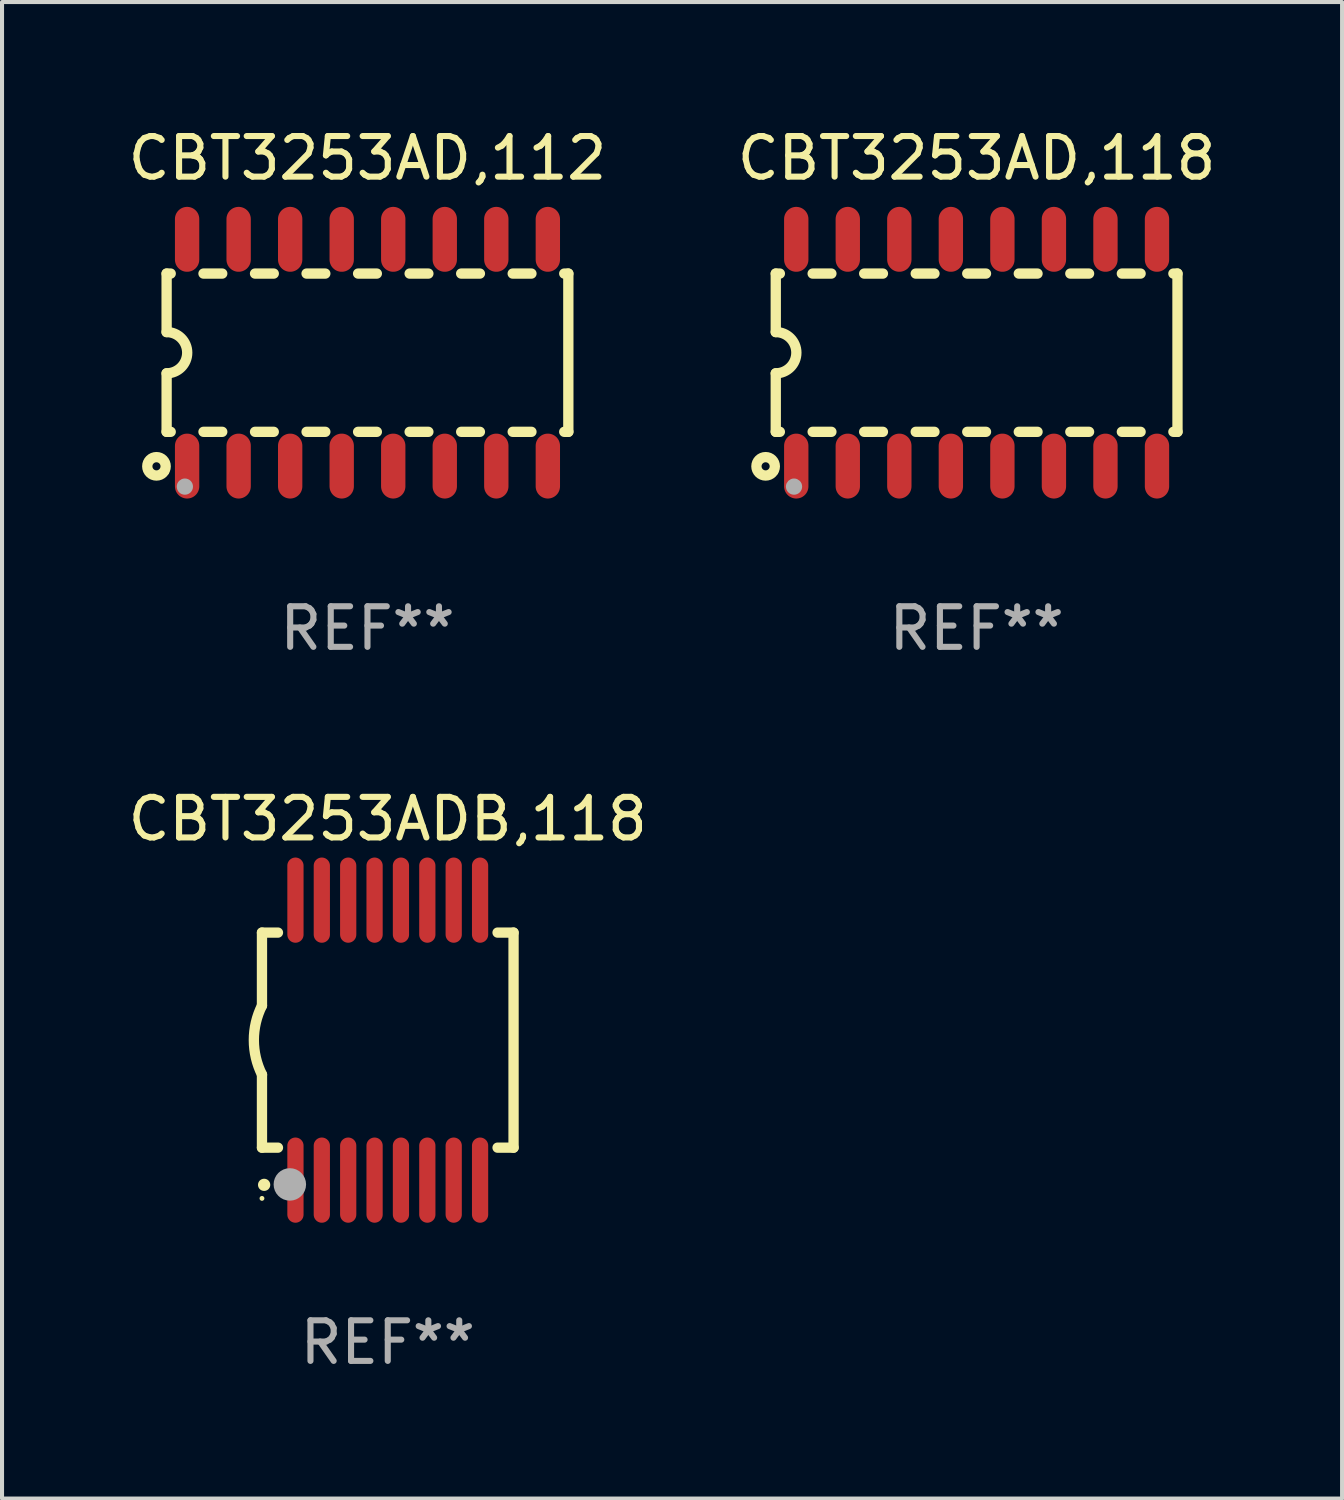
<source format=kicad_pcb>
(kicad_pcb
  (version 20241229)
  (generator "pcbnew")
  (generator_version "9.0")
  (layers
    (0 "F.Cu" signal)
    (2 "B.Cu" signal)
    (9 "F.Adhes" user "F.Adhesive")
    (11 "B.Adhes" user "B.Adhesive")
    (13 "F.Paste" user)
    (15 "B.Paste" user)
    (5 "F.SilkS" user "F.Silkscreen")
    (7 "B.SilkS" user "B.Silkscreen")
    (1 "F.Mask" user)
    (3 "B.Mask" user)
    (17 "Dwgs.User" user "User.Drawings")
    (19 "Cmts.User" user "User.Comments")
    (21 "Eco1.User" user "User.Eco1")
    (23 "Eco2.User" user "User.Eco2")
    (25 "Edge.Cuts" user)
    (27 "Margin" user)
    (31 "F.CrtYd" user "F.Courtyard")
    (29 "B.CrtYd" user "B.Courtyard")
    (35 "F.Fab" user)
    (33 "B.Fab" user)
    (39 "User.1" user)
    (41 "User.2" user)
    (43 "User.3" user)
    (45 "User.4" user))
  (footprint "CBT3253ADB,118"
    (layer "F.Cu")
    (at 6.506 22.583)
    (property "Reference" "CBT3253ADB,118" (at 0 -5.45 0) (layer "F.SilkS") (effects (font (size 1 1) (thickness 0.15))))
    (attr through_hole)
    (fp_line (start -3.1 -2.65) (end -3.1 -0.85) (stroke (width 0.254) (type solid)) (layer "F.SilkS"))
    (fp_line (start -3.1 -2.65) (end -2.706 -2.65) (stroke (width 0.254) (type solid)) (layer "F.SilkS"))
    (fp_line (start -3.1 2.65) (end -3.1 0.85) (stroke (width 0.254) (type solid)) (layer "F.SilkS"))
    (fp_line (start -3.1 2.65) (end -2.706 2.65) (stroke (width 0.254) (type solid)) (layer "F.SilkS"))
    (fp_line (start 2.706 -2.65) (end 3.1 -2.65) (stroke (width 0.254) (type solid)) (layer "F.SilkS"))
    (fp_line (start 2.706 2.65) (end 3.1 2.65) (stroke (width 0.254) (type solid)) (layer "F.SilkS"))
    (fp_line (start 3.1 -2.65) (end 3.1 2.65) (stroke (width 0.254) (type solid)) (layer "F.SilkS"))
    (fp_arc (start -3.098907 0.850902) (mid -3.300057 0.000523) (end -3.1 -0.850114) (stroke (width 0.254001) (type solid)) (layer "F.SilkS"))
    (fp_arc (start -3.048006 3.566066) (mid -3.046736 3.566061) (end -3.045466 3.566066) (stroke (width 0.3) (type solid)) (layer "F.SilkS"))
    (fp_circle (center -3.1 3.9) (end -3.07 3.9) (stroke (width 0.06) (type solid)) (fill no) (layer "F.SilkS"))
    (fp_circle (center -2.413 3.556) (end -2.213 3.556) (stroke (width 0.4) (type solid)) (fill no) (layer "F.Fab"))
    (fp_text user "REF**" (at 0 7.45 0) (layer "F.Fab") (effects (font (size 1 1) (thickness 0.15))))
    (pad "1" smd oval (at -2.275 3.45 180) (size 0.4 2.1) (layers "F.Cu" "F.Mask" "F.Paste"))
    (pad "2" smd oval (at -1.625 3.45 180) (size 0.4 2.1) (layers "F.Cu" "F.Mask" "F.Paste"))
    (pad "3" smd oval (at -0.975 3.45 180) (size 0.4 2.1) (layers "F.Cu" "F.Mask" "F.Paste"))
    (pad "4" smd oval (at -0.325 3.45 180) (size 0.4 2.1) (layers "F.Cu" "F.Mask" "F.Paste"))
    (pad "5" smd oval (at 0.325 3.45 180) (size 0.4 2.1) (layers "F.Cu" "F.Mask" "F.Paste"))
    (pad "6" smd oval (at 0.975 3.45 180) (size 0.4 2.1) (layers "F.Cu" "F.Mask" "F.Paste"))
    (pad "7" smd oval (at 1.625 3.45 180) (size 0.4 2.1) (layers "F.Cu" "F.Mask" "F.Paste"))
    (pad "8" smd oval (at 2.275 3.45 180) (size 0.4 2.1) (layers "F.Cu" "F.Mask" "F.Paste"))
    (pad "9" smd oval (at 2.275 -3.45 180) (size 0.4 2.1) (layers "F.Cu" "F.Mask" "F.Paste"))
    (pad "10" smd oval (at 1.625 -3.45 180) (size 0.4 2.1) (layers "F.Cu" "F.Mask" "F.Paste"))
    (pad "11" smd oval (at 0.975 -3.45 180) (size 0.4 2.1) (layers "F.Cu" "F.Mask" "F.Paste"))
    (pad "12" smd oval (at 0.325 -3.45 180) (size 0.4 2.1) (layers "F.Cu" "F.Mask" "F.Paste"))
    (pad "13" smd oval (at -0.325 -3.45 180) (size 0.4 2.1) (layers "F.Cu" "F.Mask" "F.Paste"))
    (pad "14" smd oval (at -0.975 -3.45 180) (size 0.4 2.1) (layers "F.Cu" "F.Mask" "F.Paste"))
    (pad "15" smd oval (at -1.625 -3.45 180) (size 0.4 2.1) (layers "F.Cu" "F.Mask" "F.Paste"))
    (pad "16" smd oval (at -2.275 -3.45 180) (size 0.4 2.1) (layers "F.Cu" "F.Mask" "F.Paste")))
  (footprint "CBT3253AD,118"
    (layer "F.Cu")
    (at 21.018 5.642)
    (property "Reference" "CBT3253AD,118" (at 0 -4.794 0) (layer "F.SilkS") (effects (font (size 1 1) (thickness 0.15))))
    (attr through_hole)
    (fp_line (start -4.95 -1.95) (end -4.95 -0.508) (stroke (width 0.254) (type solid)) (layer "F.SilkS"))
    (fp_line (start -4.95 -1.95) (end -4.849 -1.95) (stroke (width 0.254) (type solid)) (layer "F.SilkS"))
    (fp_line (start -4.95 1.95) (end -4.95 0.508) (stroke (width 0.254) (type solid)) (layer "F.SilkS"))
    (fp_line (start -4.95 1.95) (end -4.849 1.95) (stroke (width 0.254) (type solid)) (layer "F.SilkS"))
    (fp_line (start -4.041 -1.95) (end -3.579 -1.95) (stroke (width 0.254) (type solid)) (layer "F.SilkS"))
    (fp_line (start -4.041 1.95) (end -3.579 1.95) (stroke (width 0.254) (type solid)) (layer "F.SilkS"))
    (fp_line (start -2.771 -1.95) (end -2.309 -1.95) (stroke (width 0.254) (type solid)) (layer "F.SilkS"))
    (fp_line (start -2.771 1.95) (end -2.309 1.95) (stroke (width 0.254) (type solid)) (layer "F.SilkS"))
    (fp_line (start -1.501 -1.95) (end -1.039 -1.95) (stroke (width 0.254) (type solid)) (layer "F.SilkS"))
    (fp_line (start -1.501 1.95) (end -1.039 1.95) (stroke (width 0.254) (type solid)) (layer "F.SilkS"))
    (fp_line (start -0.231 -1.95) (end 0.231 -1.95) (stroke (width 0.254) (type solid)) (layer "F.SilkS"))
    (fp_line (start -0.231 1.95) (end 0.231 1.95) (stroke (width 0.254) (type solid)) (layer "F.SilkS"))
    (fp_line (start 1.039 -1.95) (end 1.501 -1.95) (stroke (width 0.254) (type solid)) (layer "F.SilkS"))
    (fp_line (start 1.039 1.95) (end 1.501 1.95) (stroke (width 0.254) (type solid)) (layer "F.SilkS"))
    (fp_line (start 2.309 -1.95) (end 2.771 -1.95) (stroke (width 0.254) (type solid)) (layer "F.SilkS"))
    (fp_line (start 2.309 1.95) (end 2.771 1.95) (stroke (width 0.254) (type solid)) (layer "F.SilkS"))
    (fp_line (start 3.579 -1.95) (end 4.041 -1.95) (stroke (width 0.254) (type solid)) (layer "F.SilkS"))
    (fp_line (start 3.579 1.95) (end 4.041 1.95) (stroke (width 0.254) (type solid)) (layer "F.SilkS"))
    (fp_line (start 4.849 -1.95) (end 4.95 -1.95) (stroke (width 0.254) (type solid)) (layer "F.SilkS"))
    (fp_line (start 4.849 1.95) (end 4.95 1.95) (stroke (width 0.254) (type solid)) (layer "F.SilkS"))
    (fp_line (start 4.95 -1.95) (end 4.95 1.95) (stroke (width 0.254) (type solid)) (layer "F.SilkS"))
    (fp_arc (start -4.95047 -0.508001) (mid -4.442469 -0.000228) (end -4.950013 0.508001) (stroke (width 0.254001) (type solid)) (layer "F.SilkS"))
    (fp_circle (center -5.2 2.8) (end -5.1 2.8) (stroke (width 0.254) (type solid)) (fill no) (layer "F.SilkS"))
    (fp_circle (center -4.95 2.947) (end -4.92 2.947) (stroke (width 0.06) (type solid)) (fill no) (layer "F.SilkS"))
    (fp_circle (center -4.5 3.3) (end -4.4 3.3) (stroke (width 0.2) (type solid)) (fill no) (layer "F.Fab"))
    (fp_text user "REF**" (at 0 6.794 0) (layer "F.Fab") (effects (font (size 1 1) (thickness 0.15))))
    (pad "1" smd oval (at -4.445 2.794) (size 0.6 1.6) (layers "F.Cu" "F.Mask" "F.Paste"))
    (pad "2" smd oval (at -3.175 2.794) (size 0.6 1.6) (layers "F.Cu" "F.Mask" "F.Paste"))
    (pad "3" smd oval (at -1.905 2.794) (size 0.6 1.6) (layers "F.Cu" "F.Mask" "F.Paste"))
    (pad "4" smd oval (at -0.635 2.794) (size 0.6 1.6) (layers "F.Cu" "F.Mask" "F.Paste"))
    (pad "5" smd oval (at 0.635 2.794) (size 0.6 1.6) (layers "F.Cu" "F.Mask" "F.Paste"))
    (pad "6" smd oval (at 1.905 2.794) (size 0.6 1.6) (layers "F.Cu" "F.Mask" "F.Paste"))
    (pad "7" smd oval (at 3.175 2.794) (size 0.6 1.6) (layers "F.Cu" "F.Mask" "F.Paste"))
    (pad "8" smd oval (at 4.445 2.794) (size 0.6 1.6) (layers "F.Cu" "F.Mask" "F.Paste"))
    (pad "9" smd oval (at 4.445 -2.794) (size 0.6 1.6) (layers "F.Cu" "F.Mask" "F.Paste"))
    (pad "10" smd oval (at 3.175 -2.794) (size 0.6 1.6) (layers "F.Cu" "F.Mask" "F.Paste"))
    (pad "11" smd oval (at 1.905 -2.794) (size 0.6 1.6) (layers "F.Cu" "F.Mask" "F.Paste"))
    (pad "12" smd oval (at 0.635 -2.794) (size 0.6 1.6) (layers "F.Cu" "F.Mask" "F.Paste"))
    (pad "13" smd oval (at -0.635 -2.794) (size 0.6 1.6) (layers "F.Cu" "F.Mask" "F.Paste"))
    (pad "14" smd oval (at -1.905 -2.794) (size 0.6 1.6) (layers "F.Cu" "F.Mask" "F.Paste"))
    (pad "15" smd oval (at -3.175 -2.794) (size 0.6 1.6) (layers "F.Cu" "F.Mask" "F.Paste"))
    (pad "16" smd oval (at -4.445 -2.794) (size 0.6 1.6) (layers "F.Cu" "F.Mask" "F.Paste")))
  (footprint "CBT3253AD,112"
    (layer "F.Cu")
    (at 6.006 5.642)
    (property "Reference" "CBT3253AD,112" (at 0 -4.794 0) (layer "F.SilkS") (effects (font (size 1 1) (thickness 0.15))))
    (attr through_hole)
    (fp_line (start -4.95 -1.95) (end -4.95 -0.508) (stroke (width 0.254) (type solid)) (layer "F.SilkS"))
    (fp_line (start -4.95 -1.95) (end -4.849 -1.95) (stroke (width 0.254) (type solid)) (layer "F.SilkS"))
    (fp_line (start -4.95 1.95) (end -4.95 0.508) (stroke (width 0.254) (type solid)) (layer "F.SilkS"))
    (fp_line (start -4.95 1.95) (end -4.849 1.95) (stroke (width 0.254) (type solid)) (layer "F.SilkS"))
    (fp_line (start -4.041 -1.95) (end -3.579 -1.95) (stroke (width 0.254) (type solid)) (layer "F.SilkS"))
    (fp_line (start -4.041 1.95) (end -3.579 1.95) (stroke (width 0.254) (type solid)) (layer "F.SilkS"))
    (fp_line (start -2.771 -1.95) (end -2.309 -1.95) (stroke (width 0.254) (type solid)) (layer "F.SilkS"))
    (fp_line (start -2.771 1.95) (end -2.309 1.95) (stroke (width 0.254) (type solid)) (layer "F.SilkS"))
    (fp_line (start -1.501 -1.95) (end -1.039 -1.95) (stroke (width 0.254) (type solid)) (layer "F.SilkS"))
    (fp_line (start -1.501 1.95) (end -1.039 1.95) (stroke (width 0.254) (type solid)) (layer "F.SilkS"))
    (fp_line (start -0.231 -1.95) (end 0.231 -1.95) (stroke (width 0.254) (type solid)) (layer "F.SilkS"))
    (fp_line (start -0.231 1.95) (end 0.231 1.95) (stroke (width 0.254) (type solid)) (layer "F.SilkS"))
    (fp_line (start 1.039 -1.95) (end 1.501 -1.95) (stroke (width 0.254) (type solid)) (layer "F.SilkS"))
    (fp_line (start 1.039 1.95) (end 1.501 1.95) (stroke (width 0.254) (type solid)) (layer "F.SilkS"))
    (fp_line (start 2.309 -1.95) (end 2.771 -1.95) (stroke (width 0.254) (type solid)) (layer "F.SilkS"))
    (fp_line (start 2.309 1.95) (end 2.771 1.95) (stroke (width 0.254) (type solid)) (layer "F.SilkS"))
    (fp_line (start 3.579 -1.95) (end 4.041 -1.95) (stroke (width 0.254) (type solid)) (layer "F.SilkS"))
    (fp_line (start 3.579 1.95) (end 4.041 1.95) (stroke (width 0.254) (type solid)) (layer "F.SilkS"))
    (fp_line (start 4.849 -1.95) (end 4.95 -1.95) (stroke (width 0.254) (type solid)) (layer "F.SilkS"))
    (fp_line (start 4.849 1.95) (end 4.95 1.95) (stroke (width 0.254) (type solid)) (layer "F.SilkS"))
    (fp_line (start 4.95 -1.95) (end 4.95 1.95) (stroke (width 0.254) (type solid)) (layer "F.SilkS"))
    (fp_arc (start -4.95047 -0.508001) (mid -4.442469 -0.000228) (end -4.950013 0.508001) (stroke (width 0.254001) (type solid)) (layer "F.SilkS"))
    (fp_circle (center -5.2 2.8) (end -5.1 2.8) (stroke (width 0.254) (type solid)) (fill no) (layer "F.SilkS"))
    (fp_circle (center -4.95 2.947) (end -4.92 2.947) (stroke (width 0.06) (type solid)) (fill no) (layer "F.SilkS"))
    (fp_circle (center -4.5 3.3) (end -4.4 3.3) (stroke (width 0.2) (type solid)) (fill no) (layer "F.Fab"))
    (fp_text user "REF**" (at 0 6.794 0) (layer "F.Fab") (effects (font (size 1 1) (thickness 0.15))))
    (pad "1" smd oval (at -4.445 2.794) (size 0.6 1.6) (layers "F.Cu" "F.Mask" "F.Paste"))
    (pad "2" smd oval (at -3.175 2.794) (size 0.6 1.6) (layers "F.Cu" "F.Mask" "F.Paste"))
    (pad "3" smd oval (at -1.905 2.794) (size 0.6 1.6) (layers "F.Cu" "F.Mask" "F.Paste"))
    (pad "4" smd oval (at -0.635 2.794) (size 0.6 1.6) (layers "F.Cu" "F.Mask" "F.Paste"))
    (pad "5" smd oval (at 0.635 2.794) (size 0.6 1.6) (layers "F.Cu" "F.Mask" "F.Paste"))
    (pad "6" smd oval (at 1.905 2.794) (size 0.6 1.6) (layers "F.Cu" "F.Mask" "F.Paste"))
    (pad "7" smd oval (at 3.175 2.794) (size 0.6 1.6) (layers "F.Cu" "F.Mask" "F.Paste"))
    (pad "8" smd oval (at 4.445 2.794) (size 0.6 1.6) (layers "F.Cu" "F.Mask" "F.Paste"))
    (pad "9" smd oval (at 4.445 -2.794) (size 0.6 1.6) (layers "F.Cu" "F.Mask" "F.Paste"))
    (pad "10" smd oval (at 3.175 -2.794) (size 0.6 1.6) (layers "F.Cu" "F.Mask" "F.Paste"))
    (pad "11" smd oval (at 1.905 -2.794) (size 0.6 1.6) (layers "F.Cu" "F.Mask" "F.Paste"))
    (pad "12" smd oval (at 0.635 -2.794) (size 0.6 1.6) (layers "F.Cu" "F.Mask" "F.Paste"))
    (pad "13" smd oval (at -0.635 -2.794) (size 0.6 1.6) (layers "F.Cu" "F.Mask" "F.Paste"))
    (pad "14" smd oval (at -1.905 -2.794) (size 0.6 1.6) (layers "F.Cu" "F.Mask" "F.Paste"))
    (pad "15" smd oval (at -3.175 -2.794) (size 0.6 1.6) (layers "F.Cu" "F.Mask" "F.Paste"))
    (pad "16" smd oval (at -4.445 -2.794) (size 0.6 1.6) (layers "F.Cu" "F.Mask" "F.Paste")))
  (gr_rect
    (start -3 -3)
    (end 30.024 33.881)
    (stroke (width 0.1) (type default))
    (fill no)
    (layer "Edge.Cuts")))
</source>
